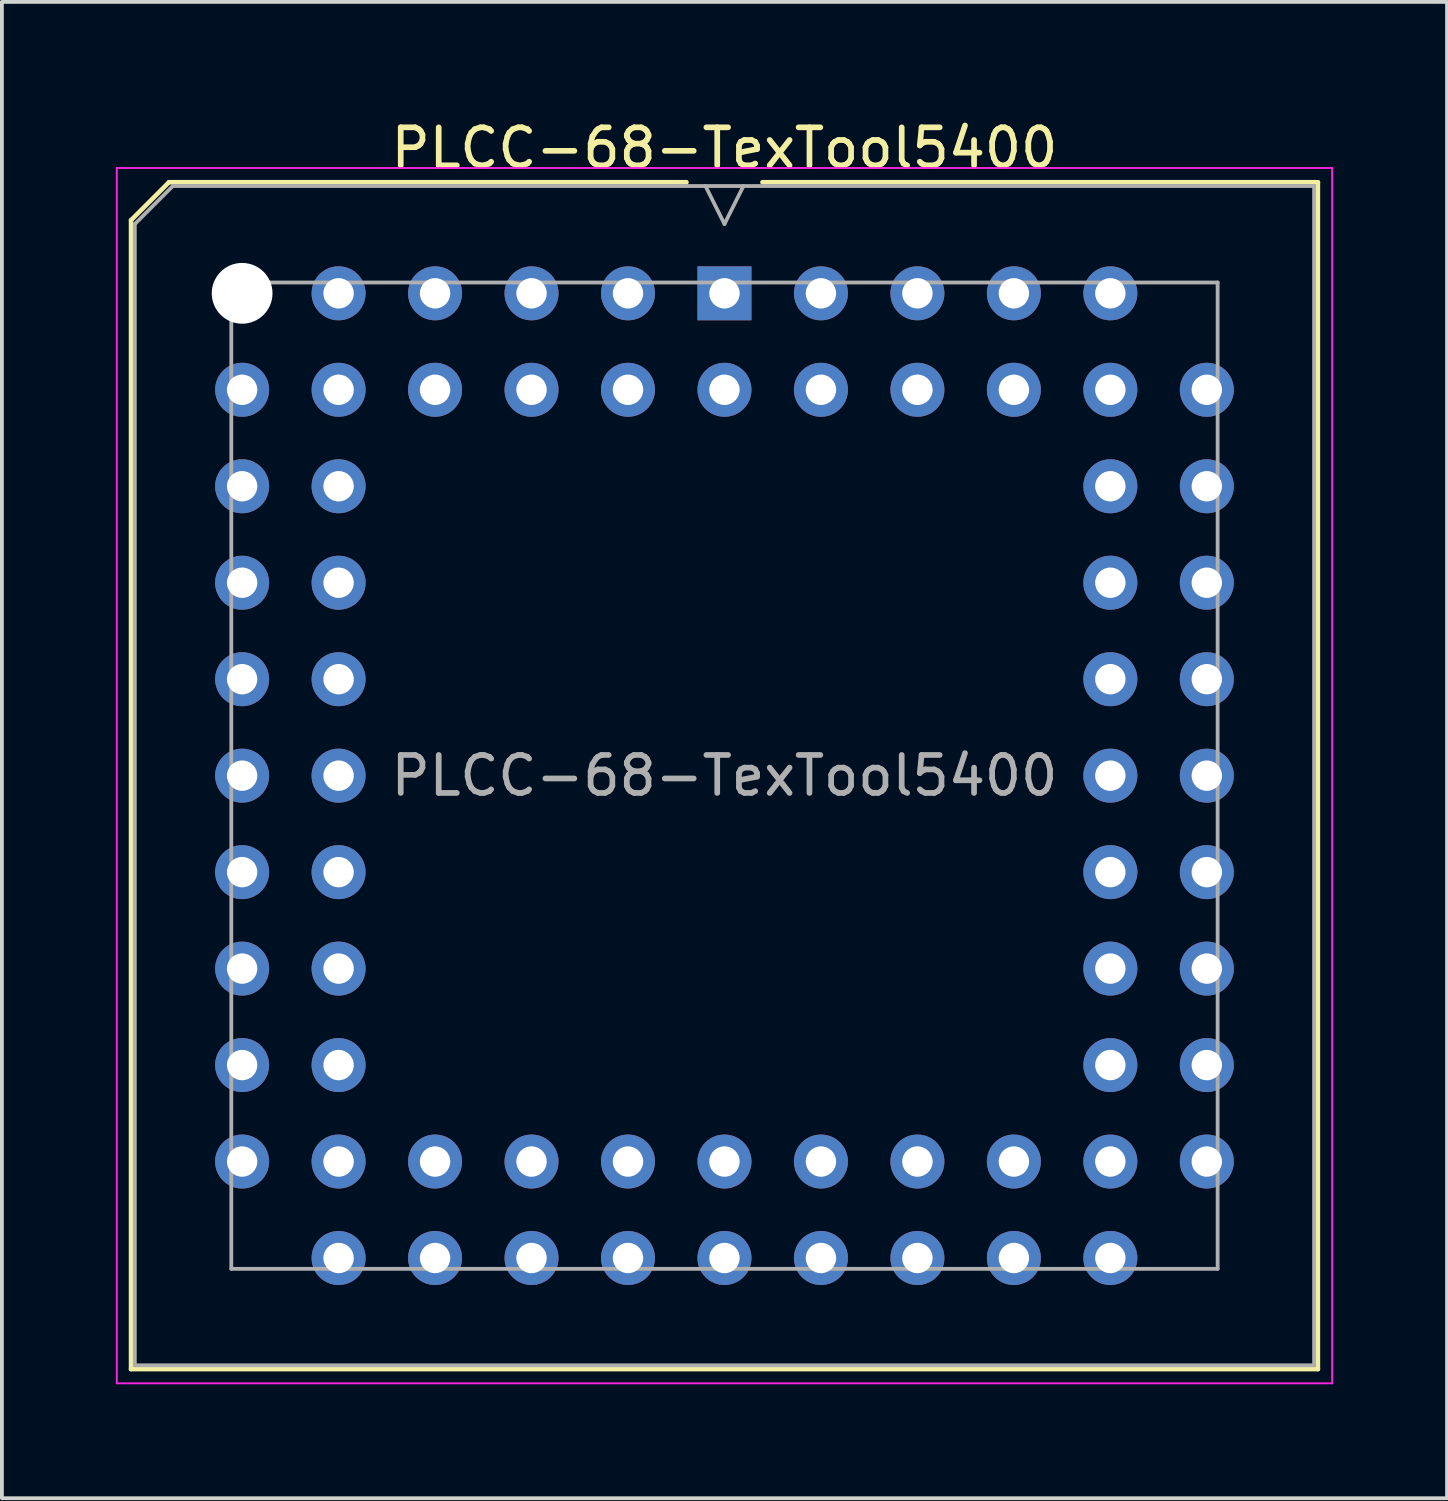
<source format=kicad_pcb>
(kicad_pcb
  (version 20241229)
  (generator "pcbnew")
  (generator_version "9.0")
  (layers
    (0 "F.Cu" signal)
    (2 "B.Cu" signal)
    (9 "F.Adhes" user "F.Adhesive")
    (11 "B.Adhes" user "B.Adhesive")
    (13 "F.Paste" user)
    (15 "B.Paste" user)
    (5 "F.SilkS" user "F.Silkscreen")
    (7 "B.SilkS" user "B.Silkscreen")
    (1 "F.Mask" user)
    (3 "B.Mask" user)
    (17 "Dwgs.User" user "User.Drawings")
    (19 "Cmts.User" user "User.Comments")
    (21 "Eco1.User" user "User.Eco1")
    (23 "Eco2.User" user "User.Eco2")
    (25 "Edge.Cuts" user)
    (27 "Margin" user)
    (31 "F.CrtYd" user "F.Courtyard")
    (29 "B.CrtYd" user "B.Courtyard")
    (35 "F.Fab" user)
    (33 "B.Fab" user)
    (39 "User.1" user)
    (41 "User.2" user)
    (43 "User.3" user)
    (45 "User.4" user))
  (footprint "PLCC-68-TexTool5400"
    (layer "F.Cu")
    (at 16.025 4.673)
    (property "Reference" "PLCC-68-TexTool5400" (at 0 -3.825 0) (layer "F.SilkS") (effects (font (size 1 1) (thickness 0.15))))
    (attr through_hole)
    (fp_line (start -15.625 -1.925) (end -15.625 28.325) (stroke (width 0.12) (type solid)) (layer "F.SilkS"))
    (fp_line (start -15.625 28.325) (end 15.625 28.325) (stroke (width 0.12) (type solid)) (layer "F.SilkS"))
    (fp_line (start -14.625 -2.925) (end -15.625 -1.925) (stroke (width 0.12) (type solid)) (layer "F.SilkS"))
    (fp_line (start -1 -2.925) (end -14.625 -2.925) (stroke (width 0.12) (type solid)) (layer "F.SilkS"))
    (fp_line (start 15.625 -2.925) (end 1 -2.925) (stroke (width 0.12) (type solid)) (layer "F.SilkS"))
    (fp_line (start 15.625 28.325) (end 15.625 -2.925) (stroke (width 0.12) (type solid)) (layer "F.SilkS"))
    (fp_line (start -16 -3.3) (end -16 28.7) (stroke (width 0.05) (type solid)) (layer "F.CrtYd"))
    (fp_line (start -16 28.7) (end 16 28.7) (stroke (width 0.05) (type solid)) (layer "F.CrtYd"))
    (fp_line (start 16 -3.3) (end -16 -3.3) (stroke (width 0.05) (type solid)) (layer "F.CrtYd"))
    (fp_line (start 16 28.7) (end 16 -3.3) (stroke (width 0.05) (type solid)) (layer "F.CrtYd"))
    (fp_line (start -15.525 -1.825) (end -15.525 28.225) (stroke (width 0.1) (type solid)) (layer "F.Fab"))
    (fp_line (start -15.525 28.225) (end 15.525 28.225) (stroke (width 0.1) (type solid)) (layer "F.Fab"))
    (fp_line (start -14.525 -2.825) (end -15.525 -1.825) (stroke (width 0.1) (type solid)) (layer "F.Fab"))
    (fp_line (start -12.985 -0.285) (end -12.985 25.685) (stroke (width 0.1) (type solid)) (layer "F.Fab"))
    (fp_line (start -12.985 25.685) (end 12.985 25.685) (stroke (width 0.1) (type solid)) (layer "F.Fab"))
    (fp_line (start -0.5 -2.825) (end 0 -1.825) (stroke (width 0.1) (type solid)) (layer "F.Fab"))
    (fp_line (start 0 -1.825) (end 0.5 -2.825) (stroke (width 0.1) (type solid)) (layer "F.Fab"))
    (fp_line (start 12.985 -0.285) (end -12.985 -0.285) (stroke (width 0.1) (type solid)) (layer "F.Fab"))
    (fp_line (start 12.985 25.685) (end 12.985 -0.285) (stroke (width 0.1) (type solid)) (layer "F.Fab"))
    (fp_line (start 15.525 -2.825) (end -14.525 -2.825) (stroke (width 0.1) (type solid)) (layer "F.Fab"))
    (fp_line (start 15.525 28.225) (end 15.525 -2.825) (stroke (width 0.1) (type solid)) (layer "F.Fab"))
    (fp_text user "${REFERENCE}" (at 0 12.7 0) (layer "F.Fab") (effects (font (size 1 1) (thickness 0.15))))
    (pad "" np_thru_hole circle (at -12.7 0) (size 1.6 1.6) (drill 1.6) (layers "*.Cu" "*.Mask"))
    (pad "1" thru_hole rect (at 0 0) (size 1.422 1.422) (drill 0.8) (layers "*.Cu" "*.Mask"))
    (pad "2" thru_hole circle (at 0 2.54) (size 1.422 1.422) (drill 0.8) (layers "*.Cu" "*.Mask"))
    (pad "3" thru_hole circle (at -2.54 0) (size 1.422 1.422) (drill 0.8) (layers "*.Cu" "*.Mask"))
    (pad "4" thru_hole circle (at -2.54 2.54) (size 1.422 1.422) (drill 0.8) (layers "*.Cu" "*.Mask"))
    (pad "5" thru_hole circle (at -5.08 0) (size 1.422 1.422) (drill 0.8) (layers "*.Cu" "*.Mask"))
    (pad "6" thru_hole circle (at -5.08 2.54) (size 1.422 1.422) (drill 0.8) (layers "*.Cu" "*.Mask"))
    (pad "7" thru_hole circle (at -7.62 0) (size 1.422 1.422) (drill 0.8) (layers "*.Cu" "*.Mask"))
    (pad "8" thru_hole circle (at -7.62 2.54) (size 1.422 1.422) (drill 0.8) (layers "*.Cu" "*.Mask"))
    (pad "9" thru_hole circle (at -10.16 0) (size 1.422 1.422) (drill 0.8) (layers "*.Cu" "*.Mask"))
    (pad "10" thru_hole circle (at -12.7 2.54) (size 1.422 1.422) (drill 0.8) (layers "*.Cu" "*.Mask"))
    (pad "11" thru_hole circle (at -10.16 2.54) (size 1.422 1.422) (drill 0.8) (layers "*.Cu" "*.Mask"))
    (pad "12" thru_hole circle (at -12.7 5.08) (size 1.422 1.422) (drill 0.8) (layers "*.Cu" "*.Mask"))
    (pad "13" thru_hole circle (at -10.16 5.08) (size 1.422 1.422) (drill 0.8) (layers "*.Cu" "*.Mask"))
    (pad "14" thru_hole circle (at -12.7 7.62) (size 1.422 1.422) (drill 0.8) (layers "*.Cu" "*.Mask"))
    (pad "15" thru_hole circle (at -10.16 7.62) (size 1.422 1.422) (drill 0.8) (layers "*.Cu" "*.Mask"))
    (pad "16" thru_hole circle (at -12.7 10.16) (size 1.422 1.422) (drill 0.8) (layers "*.Cu" "*.Mask"))
    (pad "17" thru_hole circle (at -10.16 10.16) (size 1.422 1.422) (drill 0.8) (layers "*.Cu" "*.Mask"))
    (pad "18" thru_hole circle (at -12.7 12.7) (size 1.422 1.422) (drill 0.8) (layers "*.Cu" "*.Mask"))
    (pad "19" thru_hole circle (at -10.16 12.7) (size 1.422 1.422) (drill 0.8) (layers "*.Cu" "*.Mask"))
    (pad "20" thru_hole circle (at -12.7 15.24) (size 1.422 1.422) (drill 0.8) (layers "*.Cu" "*.Mask"))
    (pad "21" thru_hole circle (at -10.16 15.24) (size 1.422 1.422) (drill 0.8) (layers "*.Cu" "*.Mask"))
    (pad "22" thru_hole circle (at -12.7 17.78) (size 1.422 1.422) (drill 0.8) (layers "*.Cu" "*.Mask"))
    (pad "23" thru_hole circle (at -10.16 17.78) (size 1.422 1.422) (drill 0.8) (layers "*.Cu" "*.Mask"))
    (pad "24" thru_hole circle (at -12.7 20.32) (size 1.422 1.422) (drill 0.8) (layers "*.Cu" "*.Mask"))
    (pad "25" thru_hole circle (at -10.16 20.32) (size 1.422 1.422) (drill 0.8) (layers "*.Cu" "*.Mask"))
    (pad "26" thru_hole circle (at -12.7 22.86) (size 1.422 1.422) (drill 0.8) (layers "*.Cu" "*.Mask"))
    (pad "27" thru_hole circle (at -10.16 25.4) (size 1.422 1.422) (drill 0.8) (layers "*.Cu" "*.Mask"))
    (pad "28" thru_hole circle (at -10.16 22.86) (size 1.422 1.422) (drill 0.8) (layers "*.Cu" "*.Mask"))
    (pad "29" thru_hole circle (at -7.62 25.4) (size 1.422 1.422) (drill 0.8) (layers "*.Cu" "*.Mask"))
    (pad "30" thru_hole circle (at -7.62 22.86) (size 1.422 1.422) (drill 0.8) (layers "*.Cu" "*.Mask"))
    (pad "31" thru_hole circle (at -5.08 25.4) (size 1.422 1.422) (drill 0.8) (layers "*.Cu" "*.Mask"))
    (pad "32" thru_hole circle (at -5.08 22.86) (size 1.422 1.422) (drill 0.8) (layers "*.Cu" "*.Mask"))
    (pad "33" thru_hole circle (at -2.54 25.4) (size 1.422 1.422) (drill 0.8) (layers "*.Cu" "*.Mask"))
    (pad "34" thru_hole circle (at -2.54 22.86) (size 1.422 1.422) (drill 0.8) (layers "*.Cu" "*.Mask"))
    (pad "35" thru_hole circle (at 0 25.4) (size 1.422 1.422) (drill 0.8) (layers "*.Cu" "*.Mask"))
    (pad "36" thru_hole circle (at 0 22.86) (size 1.422 1.422) (drill 0.8) (layers "*.Cu" "*.Mask"))
    (pad "37" thru_hole circle (at 2.54 25.4) (size 1.422 1.422) (drill 0.8) (layers "*.Cu" "*.Mask"))
    (pad "38" thru_hole circle (at 2.54 22.86) (size 1.422 1.422) (drill 0.8) (layers "*.Cu" "*.Mask"))
    (pad "39" thru_hole circle (at 5.08 25.4) (size 1.422 1.422) (drill 0.8) (layers "*.Cu" "*.Mask"))
    (pad "40" thru_hole circle (at 5.08 22.86) (size 1.422 1.422) (drill 0.8) (layers "*.Cu" "*.Mask"))
    (pad "41" thru_hole circle (at 7.62 25.4) (size 1.422 1.422) (drill 0.8) (layers "*.Cu" "*.Mask"))
    (pad "42" thru_hole circle (at 7.62 22.86) (size 1.422 1.422) (drill 0.8) (layers "*.Cu" "*.Mask"))
    (pad "43" thru_hole circle (at 10.16 25.4) (size 1.422 1.422) (drill 0.8) (layers "*.Cu" "*.Mask"))
    (pad "44" thru_hole circle (at 12.7 22.86) (size 1.422 1.422) (drill 0.8) (layers "*.Cu" "*.Mask"))
    (pad "45" thru_hole circle (at 10.16 22.86) (size 1.422 1.422) (drill 0.8) (layers "*.Cu" "*.Mask"))
    (pad "46" thru_hole circle (at 12.7 20.32) (size 1.422 1.422) (drill 0.8) (layers "*.Cu" "*.Mask"))
    (pad "47" thru_hole circle (at 10.16 20.32) (size 1.422 1.422) (drill 0.8) (layers "*.Cu" "*.Mask"))
    (pad "48" thru_hole circle (at 12.7 17.78) (size 1.422 1.422) (drill 0.8) (layers "*.Cu" "*.Mask"))
    (pad "49" thru_hole circle (at 10.16 17.78) (size 1.422 1.422) (drill 0.8) (layers "*.Cu" "*.Mask"))
    (pad "50" thru_hole circle (at 12.7 15.24) (size 1.422 1.422) (drill 0.8) (layers "*.Cu" "*.Mask"))
    (pad "51" thru_hole circle (at 10.16 15.24) (size 1.422 1.422) (drill 0.8) (layers "*.Cu" "*.Mask"))
    (pad "52" thru_hole circle (at 12.7 12.7) (size 1.422 1.422) (drill 0.8) (layers "*.Cu" "*.Mask"))
    (pad "53" thru_hole circle (at 10.16 12.7) (size 1.422 1.422) (drill 0.8) (layers "*.Cu" "*.Mask"))
    (pad "54" thru_hole circle (at 12.7 10.16) (size 1.422 1.422) (drill 0.8) (layers "*.Cu" "*.Mask"))
    (pad "55" thru_hole circle (at 10.16 10.16) (size 1.422 1.422) (drill 0.8) (layers "*.Cu" "*.Mask"))
    (pad "56" thru_hole circle (at 12.7 7.62) (size 1.422 1.422) (drill 0.8) (layers "*.Cu" "*.Mask"))
    (pad "57" thru_hole circle (at 10.16 7.62) (size 1.422 1.422) (drill 0.8) (layers "*.Cu" "*.Mask"))
    (pad "58" thru_hole circle (at 12.7 5.08) (size 1.422 1.422) (drill 0.8) (layers "*.Cu" "*.Mask"))
    (pad "59" thru_hole circle (at 10.16 5.08) (size 1.422 1.422) (drill 0.8) (layers "*.Cu" "*.Mask"))
    (pad "60" thru_hole circle (at 12.7 2.54) (size 1.422 1.422) (drill 0.8) (layers "*.Cu" "*.Mask"))
    (pad "61" thru_hole circle (at 10.16 0) (size 1.422 1.422) (drill 0.8) (layers "*.Cu" "*.Mask"))
    (pad "62" thru_hole circle (at 10.16 2.54) (size 1.422 1.422) (drill 0.8) (layers "*.Cu" "*.Mask"))
    (pad "63" thru_hole circle (at 7.62 0) (size 1.422 1.422) (drill 0.8) (layers "*.Cu" "*.Mask"))
    (pad "64" thru_hole circle (at 7.62 2.54) (size 1.422 1.422) (drill 0.8) (layers "*.Cu" "*.Mask"))
    (pad "65" thru_hole circle (at 5.08 0) (size 1.422 1.422) (drill 0.8) (layers "*.Cu" "*.Mask"))
    (pad "66" thru_hole circle (at 5.08 2.54) (size 1.422 1.422) (drill 0.8) (layers "*.Cu" "*.Mask"))
    (pad "67" thru_hole circle (at 2.54 0) (size 1.422 1.422) (drill 0.8) (layers "*.Cu" "*.Mask"))
    (pad "68" thru_hole circle (at 2.54 2.54) (size 1.422 1.422) (drill 0.8) (layers "*.Cu" "*.Mask")))
  (gr_rect
    (start -3 -3)
    (end 35.05 36.398)
    (stroke (width 0.1) (type default))
    (fill no)
    (layer "Edge.Cuts")))
</source>
